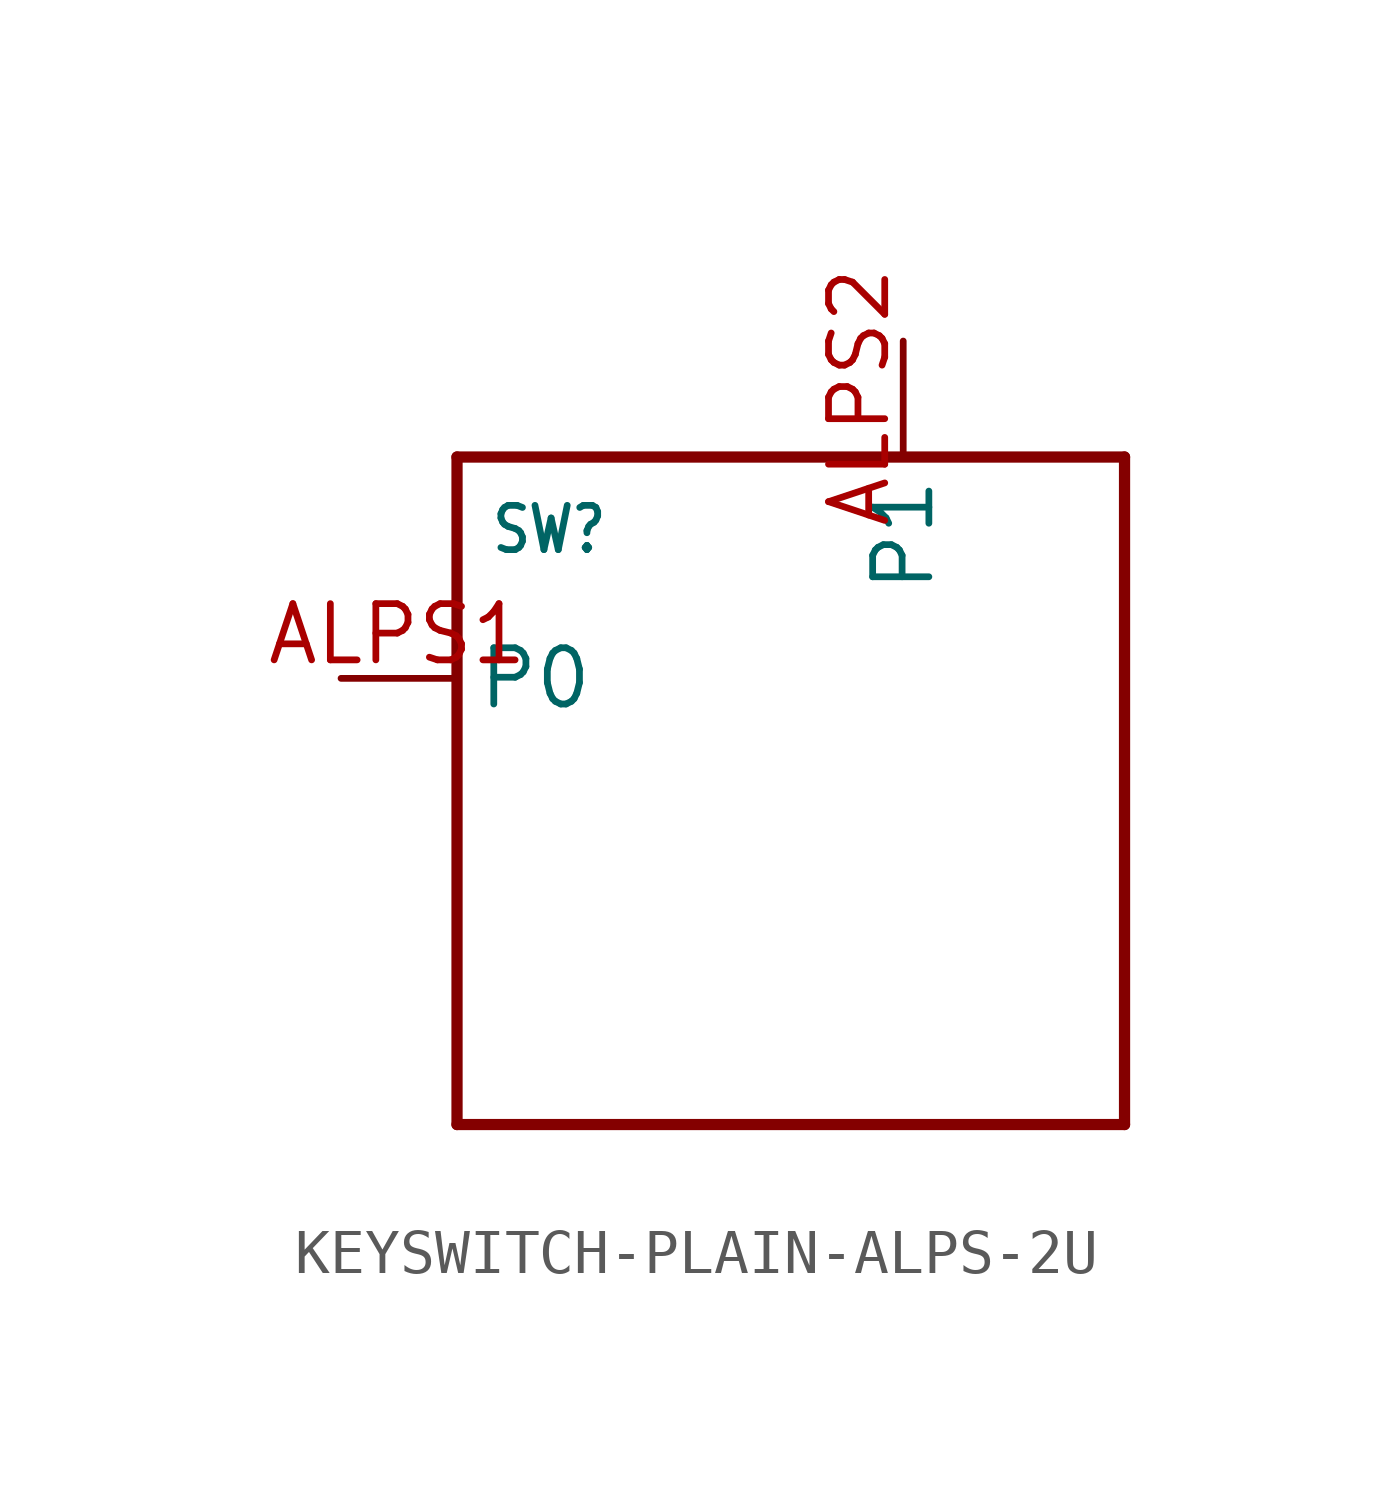
<source format=kicad_sym>
(kicad_symbol_lib
  (version 20211014)
  (generator kicad_symbol_editor)
  (symbol "KEYSWITCH-PLAIN-ALPS-2U"
    (property "Reference" "SW"
      (at -6.81 5.318 0)
      (effects (font (size 1 0.85)) (justify left bottom)))
    (property "ki_locked" ""
      (at 0 0 0)
      (effects (font (size 1.27 1.27))))
    (symbol "KEYSWITCH-PLAIN-ALPS-2U_1_0"
      (polyline (pts (xy -7.54 -7.54) (xy -7.54 7.54)) (stroke (width 0.254) (type default) (color 0 0 0 0)) (fill (type none)))
      (polyline (pts (xy -7.54 7.54) (xy 7.54 7.54)) (stroke (width 0.254) (type default) (color 0 0 0 0)) (fill (type none)))
      (polyline (pts (xy 7.54 -7.54) (xy -7.54 -7.54)) (stroke (width 0.254) (type default) (color 0 0 0 0)) (fill (type none)))
      (polyline (pts (xy 7.54 7.54) (xy 7.54 -7.54)) (stroke (width 0.254) (type default) (color 0 0 0 0)) (fill (type none)))
      (pin bidirectional line (at -10.16 2.54 0) (length 2.54) (name "P0" (effects (font (size 1.27 1.27)))) (number "ALPS1" (effects (font (size 1.27 1.27)))))
      (pin bidirectional line (at 2.54 10.16 270) (length 2.54) (name "P1" (effects (font (size 1.27 1.27)))) (number "ALPS2" (effects (font (size 1.27 1.27))))))))
</source>
